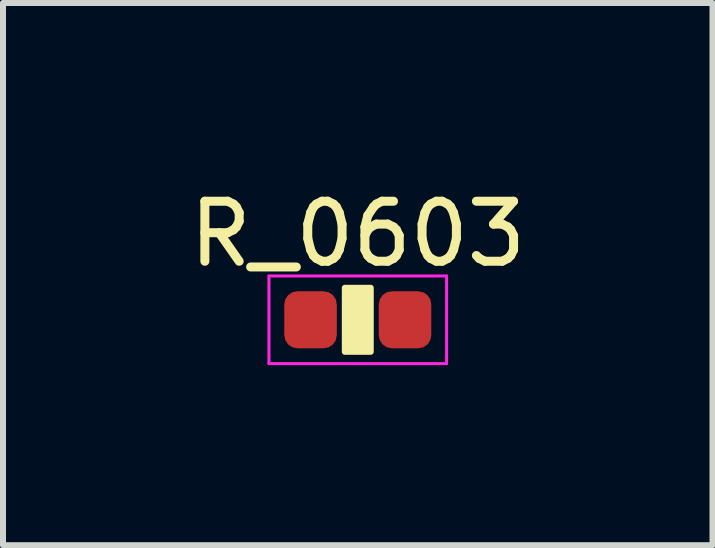
<source format=kicad_pcb>
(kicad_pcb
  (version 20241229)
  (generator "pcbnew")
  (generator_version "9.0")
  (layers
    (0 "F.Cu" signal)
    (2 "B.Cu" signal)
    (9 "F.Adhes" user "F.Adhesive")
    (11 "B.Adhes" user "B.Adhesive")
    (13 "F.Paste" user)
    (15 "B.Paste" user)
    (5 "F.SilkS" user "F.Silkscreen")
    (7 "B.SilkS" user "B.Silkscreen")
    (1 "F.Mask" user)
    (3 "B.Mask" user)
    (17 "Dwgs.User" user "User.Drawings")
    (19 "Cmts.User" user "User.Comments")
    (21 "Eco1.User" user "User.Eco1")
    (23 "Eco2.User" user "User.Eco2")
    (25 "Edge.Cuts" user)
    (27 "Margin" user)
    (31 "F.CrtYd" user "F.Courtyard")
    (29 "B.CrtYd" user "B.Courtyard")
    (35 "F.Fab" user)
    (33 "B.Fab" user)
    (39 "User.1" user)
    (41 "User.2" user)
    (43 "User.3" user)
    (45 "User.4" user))
  (footprint "R_0603"
    (layer "F.Cu")
    (at 2.911 2.278)
    (property "Reference" "R_0603" (at 0 -1.43 0) (layer "F.SilkS") (effects (font (size 1 1) (thickness 0.15))))
    (attr smd)
    (fp_poly (pts (xy -0.216 -0.533) (xy 0.216 -0.533) (xy 0.216 0.533) (xy -0.216 0.533)) (stroke (width 0.1) (type solid)) (fill yes) (layer "F.SilkS"))
    (fp_line (start -1.48 -0.73) (end 1.48 -0.73) (stroke (width 0.05) (type solid)) (layer "F.CrtYd"))
    (fp_line (start -1.48 0.73) (end -1.48 -0.73) (stroke (width 0.05) (type solid)) (layer "F.CrtYd"))
    (fp_line (start 1.48 -0.73) (end 1.48 0.73) (stroke (width 0.05) (type solid)) (layer "F.CrtYd"))
    (fp_line (start 1.48 0.73) (end -1.48 0.73) (stroke (width 0.05) (type solid)) (layer "F.CrtYd"))
    (pad "1" smd roundrect (at -0.787 0) (size 0.875 0.95) (layers "F.Cu" "F.Mask" "F.Paste") (roundrect_rratio 0.25))
    (pad "2" smd roundrect (at 0.787 0) (size 0.875 0.95) (layers "F.Cu" "F.Mask" "F.Paste") (roundrect_rratio 0.25)))
  (gr_rect
    (start -3 -3)
    (end 8.821 6.033)
    (stroke (width 0.1) (type default))
    (fill no)
    (layer "Edge.Cuts")))
</source>
